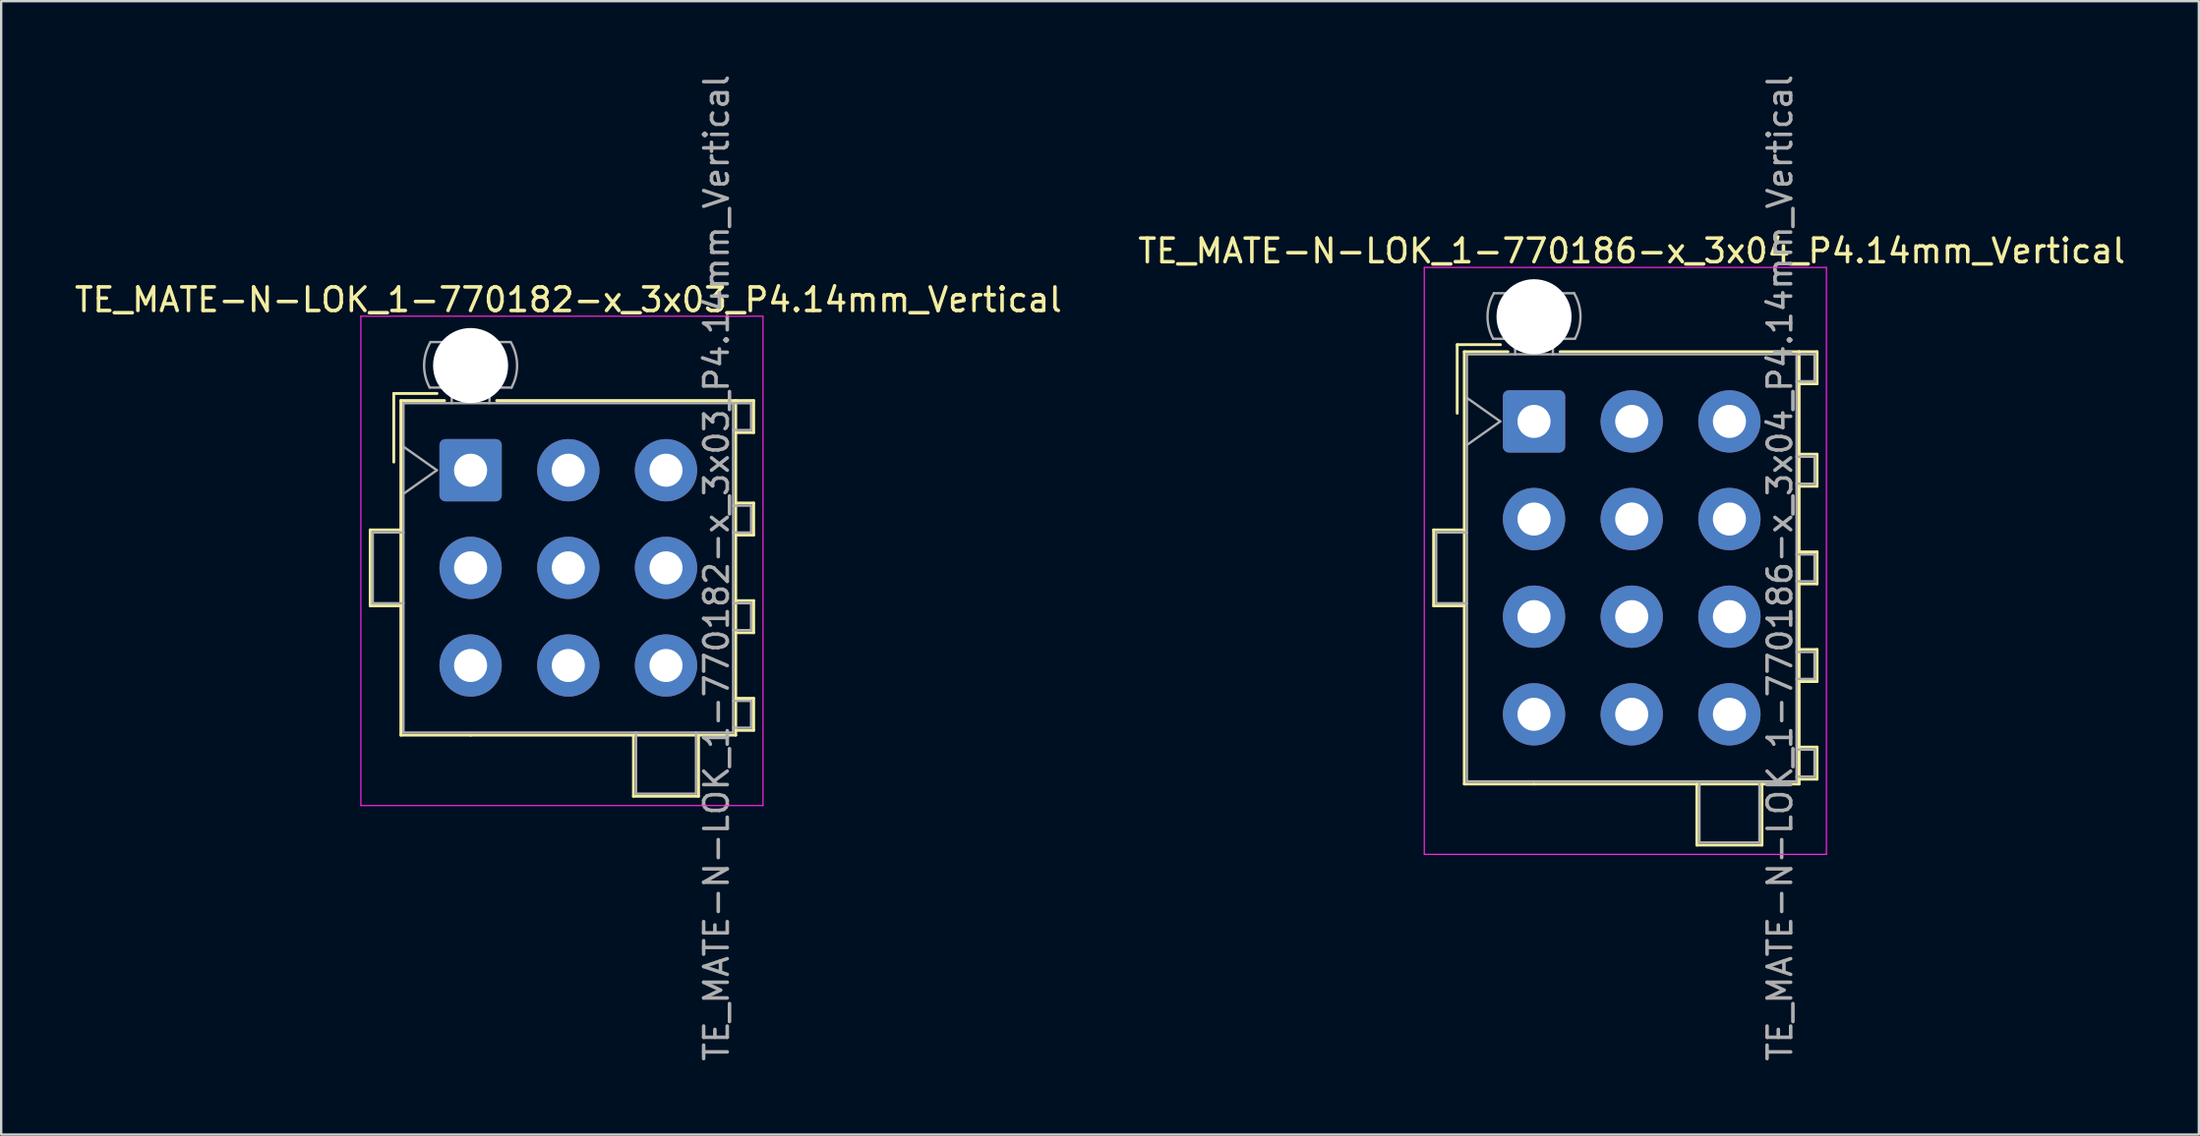
<source format=kicad_pcb>
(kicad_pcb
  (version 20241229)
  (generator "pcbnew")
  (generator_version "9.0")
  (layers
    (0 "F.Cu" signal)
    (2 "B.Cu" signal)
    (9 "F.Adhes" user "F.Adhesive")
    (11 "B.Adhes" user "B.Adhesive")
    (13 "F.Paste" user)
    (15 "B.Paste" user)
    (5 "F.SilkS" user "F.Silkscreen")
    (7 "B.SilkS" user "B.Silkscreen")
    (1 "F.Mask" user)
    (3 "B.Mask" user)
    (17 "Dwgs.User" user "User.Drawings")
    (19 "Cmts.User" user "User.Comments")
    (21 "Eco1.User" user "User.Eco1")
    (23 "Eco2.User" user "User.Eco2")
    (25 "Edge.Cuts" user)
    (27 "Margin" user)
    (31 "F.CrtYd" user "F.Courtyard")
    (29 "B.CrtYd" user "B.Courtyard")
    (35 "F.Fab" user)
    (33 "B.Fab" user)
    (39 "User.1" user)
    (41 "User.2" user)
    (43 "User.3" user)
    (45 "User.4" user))
  (footprint "TE_MATE-N-LOK_1-770182-x_3x03_P4.14mm_Vertical"
    (layer "F.Cu")
    (at 16.89 16.89)
    (property "Reference" "TE_MATE-N-LOK_1-770182-x_3x03_P4.14mm_Vertical" (at 4.14 -7.23 0) (layer "F.SilkS") (effects (font (size 1 1) (thickness 0.15))))
    (attr through_hole)
    (fp_line (start -4.255 2.53) (end -4.255 5.75) (stroke (width 0.12) (type solid)) (layer "F.SilkS"))
    (fp_line (start -4.255 5.75) (end -2.955 5.75) (stroke (width 0.12) (type solid)) (layer "F.SilkS"))
    (fp_line (start -3.255 -3.255) (end -3.255 -0.345) (stroke (width 0.12) (type solid)) (layer "F.SilkS"))
    (fp_line (start -2.955 -2.955) (end -2.955 11.235) (stroke (width 0.12) (type solid)) (layer "F.SilkS"))
    (fp_line (start -2.955 2.53) (end -4.255 2.53) (stroke (width 0.12) (type solid)) (layer "F.SilkS"))
    (fp_line (start -2.955 11.235) (end 0 11.235) (stroke (width 0.12) (type solid)) (layer "F.SilkS"))
    (fp_line (start -1.421 -3.255) (end -3.255 -3.255) (stroke (width 0.12) (type solid)) (layer "F.SilkS"))
    (fp_line (start -1.103 -2.955) (end -2.955 -2.955) (stroke (width 0.12) (type solid)) (layer "F.SilkS"))
    (fp_line (start 1.103 -2.955) (end 11.235 -2.955) (stroke (width 0.12) (type solid)) (layer "F.SilkS"))
    (fp_line (start 6.9 11.235) (end 6.9 13.826) (stroke (width 0.12) (type solid)) (layer "F.SilkS"))
    (fp_line (start 6.9 13.826) (end 9.66 13.826) (stroke (width 0.12) (type solid)) (layer "F.SilkS"))
    (fp_line (start 9.66 13.826) (end 9.66 11.235) (stroke (width 0.12) (type solid)) (layer "F.SilkS"))
    (fp_line (start 11.235 -2.955) (end 11.235 11.235) (stroke (width 0.12) (type solid)) (layer "F.SilkS"))
    (fp_line (start 11.235 -2.955) (end 11.995 -2.955) (stroke (width 0.12) (type solid)) (layer "F.SilkS"))
    (fp_line (start 11.235 1.39) (end 11.995 1.39) (stroke (width 0.12) (type solid)) (layer "F.SilkS"))
    (fp_line (start 11.235 5.53) (end 11.995 5.53) (stroke (width 0.12) (type solid)) (layer "F.SilkS"))
    (fp_line (start 11.235 9.67) (end 11.995 9.67) (stroke (width 0.12) (type solid)) (layer "F.SilkS"))
    (fp_line (start 11.235 11.235) (end 0 11.235) (stroke (width 0.12) (type solid)) (layer "F.SilkS"))
    (fp_line (start 11.995 -2.955) (end 11.995 -1.595) (stroke (width 0.12) (type solid)) (layer "F.SilkS"))
    (fp_line (start 11.995 -1.595) (end 11.235 -1.595) (stroke (width 0.12) (type solid)) (layer "F.SilkS"))
    (fp_line (start 11.995 1.39) (end 11.995 2.75) (stroke (width 0.12) (type solid)) (layer "F.SilkS"))
    (fp_line (start 11.995 2.75) (end 11.235 2.75) (stroke (width 0.12) (type solid)) (layer "F.SilkS"))
    (fp_line (start 11.995 5.53) (end 11.995 6.89) (stroke (width 0.12) (type solid)) (layer "F.SilkS"))
    (fp_line (start 11.995 6.89) (end 11.235 6.89) (stroke (width 0.12) (type solid)) (layer "F.SilkS"))
    (fp_line (start 11.995 9.67) (end 11.995 11.03) (stroke (width 0.12) (type solid)) (layer "F.SilkS"))
    (fp_line (start 11.995 11.03) (end 11.235 11.03) (stroke (width 0.12) (type solid)) (layer "F.SilkS"))
    (fp_line (start -4.65 -6.53) (end -4.65 14.22) (stroke (width 0.05) (type solid)) (layer "F.CrtYd"))
    (fp_line (start -4.65 14.22) (end 12.39 14.22) (stroke (width 0.05) (type solid)) (layer "F.CrtYd"))
    (fp_line (start 12.39 -6.53) (end -4.65 -6.53) (stroke (width 0.05) (type solid)) (layer "F.CrtYd"))
    (fp_line (start 12.39 14.22) (end 12.39 -6.53) (stroke (width 0.05) (type solid)) (layer "F.CrtYd"))
    (fp_line (start -4.145 2.64) (end -4.145 5.64) (stroke (width 0.1) (type solid)) (layer "F.Fab"))
    (fp_line (start -4.145 5.64) (end -2.845 5.64) (stroke (width 0.1) (type solid)) (layer "F.Fab"))
    (fp_line (start -2.845 -2.845) (end -2.845 11.125) (stroke (width 0.1) (type solid)) (layer "F.Fab"))
    (fp_line (start -2.845 -1) (end -1.431 0) (stroke (width 0.1) (type solid)) (layer "F.Fab"))
    (fp_line (start -2.845 2.64) (end -4.145 2.64) (stroke (width 0.1) (type solid)) (layer "F.Fab"))
    (fp_line (start -2.845 11.125) (end 11.125 11.125) (stroke (width 0.1) (type solid)) (layer "F.Fab"))
    (fp_line (start -1.431 0) (end -2.845 1) (stroke (width 0.1) (type solid)) (layer "F.Fab"))
    (fp_line (start -0.8 -2.845) (end -0.8 -3.505) (stroke (width 0.1) (type solid)) (layer "F.Fab"))
    (fp_line (start 0.8 -2.845) (end 0.8 -3.505) (stroke (width 0.1) (type solid)) (layer "F.Fab"))
    (fp_line (start 1.7 -5.436) (end -1.7 -5.436) (stroke (width 0.1) (type solid)) (layer "F.Fab"))
    (fp_line (start 1.734 -3.505) (end -1.734 -3.505) (stroke (width 0.1) (type solid)) (layer "F.Fab"))
    (fp_line (start 7.01 11.125) (end 7.01 13.716) (stroke (width 0.1) (type solid)) (layer "F.Fab"))
    (fp_line (start 7.01 13.716) (end 9.55 13.716) (stroke (width 0.1) (type solid)) (layer "F.Fab"))
    (fp_line (start 9.55 13.716) (end 9.55 11.125) (stroke (width 0.1) (type solid)) (layer "F.Fab"))
    (fp_line (start 11.125 -2.845) (end -2.845 -2.845) (stroke (width 0.1) (type solid)) (layer "F.Fab"))
    (fp_line (start 11.125 -2.845) (end 11.885 -2.845) (stroke (width 0.1) (type solid)) (layer "F.Fab"))
    (fp_line (start 11.125 1.5) (end 11.885 1.5) (stroke (width 0.1) (type solid)) (layer "F.Fab"))
    (fp_line (start 11.125 5.64) (end 11.885 5.64) (stroke (width 0.1) (type solid)) (layer "F.Fab"))
    (fp_line (start 11.125 9.78) (end 11.885 9.78) (stroke (width 0.1) (type solid)) (layer "F.Fab"))
    (fp_line (start 11.125 11.125) (end 11.125 -2.845) (stroke (width 0.1) (type solid)) (layer "F.Fab"))
    (fp_line (start 11.885 -2.845) (end 11.885 -1.705) (stroke (width 0.1) (type solid)) (layer "F.Fab"))
    (fp_line (start 11.885 -1.705) (end 11.125 -1.705) (stroke (width 0.1) (type solid)) (layer "F.Fab"))
    (fp_line (start 11.885 1.5) (end 11.885 2.64) (stroke (width 0.1) (type solid)) (layer "F.Fab"))
    (fp_line (start 11.885 2.64) (end 11.125 2.64) (stroke (width 0.1) (type solid)) (layer "F.Fab"))
    (fp_line (start 11.885 5.64) (end 11.885 6.78) (stroke (width 0.1) (type solid)) (layer "F.Fab"))
    (fp_line (start 11.885 6.78) (end 11.125 6.78) (stroke (width 0.1) (type solid)) (layer "F.Fab"))
    (fp_line (start 11.885 9.78) (end 11.885 10.92) (stroke (width 0.1) (type solid)) (layer "F.Fab"))
    (fp_line (start 11.885 10.92) (end 11.125 10.92) (stroke (width 0.1) (type solid)) (layer "F.Fab"))
    (fp_arc (start -1.733977 -3.505) (mid -1.969689 -4.474992) (end -1.699672 -5.436) (stroke (width 0.1) (type solid)) (layer "F.Fab"))
    (fp_arc (start 1.699672 -5.436) (mid 1.969689 -4.474992) (end 1.733977 -3.505) (stroke (width 0.1) (type solid)) (layer "F.Fab"))
    (fp_text user "${REFERENCE}" (at 10.42 4.14 90) (layer "F.Fab") (effects (font (size 1 1) (thickness 0.15))))
    (pad "" np_thru_hole circle (at 0 -4.44) (size 3.18 3.18) (drill 3.18) (layers "*.Cu" "*.Mask"))
    (pad "1" thru_hole roundrect (at 0 0) (size 2.64 2.64) (drill 1.4) (layers "*.Cu" "*.Mask") (roundrect_rratio 0.095))
    (pad "2" thru_hole circle (at 0 4.14) (size 2.64 2.64) (drill 1.4) (layers "*.Cu" "*.Mask"))
    (pad "3" thru_hole circle (at 0 8.28) (size 2.64 2.64) (drill 1.4) (layers "*.Cu" "*.Mask"))
    (pad "4" thru_hole circle (at 4.14 0) (size 2.64 2.64) (drill 1.4) (layers "*.Cu" "*.Mask"))
    (pad "5" thru_hole circle (at 4.14 4.14) (size 2.64 2.64) (drill 1.4) (layers "*.Cu" "*.Mask"))
    (pad "6" thru_hole circle (at 4.14 8.28) (size 2.64 2.64) (drill 1.4) (layers "*.Cu" "*.Mask"))
    (pad "7" thru_hole circle (at 8.28 0) (size 2.64 2.64) (drill 1.4) (layers "*.Cu" "*.Mask"))
    (pad "8" thru_hole circle (at 8.28 4.14) (size 2.64 2.64) (drill 1.4) (layers "*.Cu" "*.Mask"))
    (pad "9" thru_hole circle (at 8.28 8.28) (size 2.64 2.64) (drill 1.4) (layers "*.Cu" "*.Mask")))
  (footprint "TE_MATE-N-LOK_1-770186-x_3x04_P4.14mm_Vertical"
    (layer "F.Cu")
    (at 61.949 14.82)
    (property "Reference" "TE_MATE-N-LOK_1-770186-x_3x04_P4.14mm_Vertical" (at 4.14 -7.23 0) (layer "F.SilkS") (effects (font (size 1 1) (thickness 0.15))))
    (attr through_hole)
    (fp_line (start -4.255 4.6) (end -4.255 7.82) (stroke (width 0.12) (type solid)) (layer "F.SilkS"))
    (fp_line (start -4.255 7.82) (end -2.955 7.82) (stroke (width 0.12) (type solid)) (layer "F.SilkS"))
    (fp_line (start -3.255 -3.255) (end -3.255 -0.345) (stroke (width 0.12) (type solid)) (layer "F.SilkS"))
    (fp_line (start -2.955 -2.955) (end -2.955 15.375) (stroke (width 0.12) (type solid)) (layer "F.SilkS"))
    (fp_line (start -2.955 4.6) (end -4.255 4.6) (stroke (width 0.12) (type solid)) (layer "F.SilkS"))
    (fp_line (start -2.955 15.375) (end 0 15.375) (stroke (width 0.12) (type solid)) (layer "F.SilkS"))
    (fp_line (start -1.421 -3.255) (end -3.255 -3.255) (stroke (width 0.12) (type solid)) (layer "F.SilkS"))
    (fp_line (start -1.103 -2.955) (end -2.955 -2.955) (stroke (width 0.12) (type solid)) (layer "F.SilkS"))
    (fp_line (start 1.103 -2.955) (end 11.235 -2.955) (stroke (width 0.12) (type solid)) (layer "F.SilkS"))
    (fp_line (start 6.9 15.375) (end 6.9 17.966) (stroke (width 0.12) (type solid)) (layer "F.SilkS"))
    (fp_line (start 6.9 17.966) (end 9.66 17.966) (stroke (width 0.12) (type solid)) (layer "F.SilkS"))
    (fp_line (start 9.66 17.966) (end 9.66 15.375) (stroke (width 0.12) (type solid)) (layer "F.SilkS"))
    (fp_line (start 11.235 -2.955) (end 11.235 15.375) (stroke (width 0.12) (type solid)) (layer "F.SilkS"))
    (fp_line (start 11.235 -2.955) (end 11.995 -2.955) (stroke (width 0.12) (type solid)) (layer "F.SilkS"))
    (fp_line (start 11.235 1.39) (end 11.995 1.39) (stroke (width 0.12) (type solid)) (layer "F.SilkS"))
    (fp_line (start 11.235 5.53) (end 11.995 5.53) (stroke (width 0.12) (type solid)) (layer "F.SilkS"))
    (fp_line (start 11.235 9.67) (end 11.995 9.67) (stroke (width 0.12) (type solid)) (layer "F.SilkS"))
    (fp_line (start 11.235 13.81) (end 11.995 13.81) (stroke (width 0.12) (type solid)) (layer "F.SilkS"))
    (fp_line (start 11.235 15.375) (end 0 15.375) (stroke (width 0.12) (type solid)) (layer "F.SilkS"))
    (fp_line (start 11.995 -2.955) (end 11.995 -1.595) (stroke (width 0.12) (type solid)) (layer "F.SilkS"))
    (fp_line (start 11.995 -1.595) (end 11.235 -1.595) (stroke (width 0.12) (type solid)) (layer "F.SilkS"))
    (fp_line (start 11.995 1.39) (end 11.995 2.75) (stroke (width 0.12) (type solid)) (layer "F.SilkS"))
    (fp_line (start 11.995 2.75) (end 11.235 2.75) (stroke (width 0.12) (type solid)) (layer "F.SilkS"))
    (fp_line (start 11.995 5.53) (end 11.995 6.89) (stroke (width 0.12) (type solid)) (layer "F.SilkS"))
    (fp_line (start 11.995 6.89) (end 11.235 6.89) (stroke (width 0.12) (type solid)) (layer "F.SilkS"))
    (fp_line (start 11.995 9.67) (end 11.995 11.03) (stroke (width 0.12) (type solid)) (layer "F.SilkS"))
    (fp_line (start 11.995 11.03) (end 11.235 11.03) (stroke (width 0.12) (type solid)) (layer "F.SilkS"))
    (fp_line (start 11.995 13.81) (end 11.995 15.17) (stroke (width 0.12) (type solid)) (layer "F.SilkS"))
    (fp_line (start 11.995 15.17) (end 11.235 15.17) (stroke (width 0.12) (type solid)) (layer "F.SilkS"))
    (fp_line (start -4.65 -6.53) (end -4.65 18.36) (stroke (width 0.05) (type solid)) (layer "F.CrtYd"))
    (fp_line (start -4.65 18.36) (end 12.39 18.36) (stroke (width 0.05) (type solid)) (layer "F.CrtYd"))
    (fp_line (start 12.39 -6.53) (end -4.65 -6.53) (stroke (width 0.05) (type solid)) (layer "F.CrtYd"))
    (fp_line (start 12.39 18.36) (end 12.39 -6.53) (stroke (width 0.05) (type solid)) (layer "F.CrtYd"))
    (fp_line (start -4.145 4.71) (end -4.145 7.71) (stroke (width 0.1) (type solid)) (layer "F.Fab"))
    (fp_line (start -4.145 7.71) (end -2.845 7.71) (stroke (width 0.1) (type solid)) (layer "F.Fab"))
    (fp_line (start -2.845 -2.845) (end -2.845 15.265) (stroke (width 0.1) (type solid)) (layer "F.Fab"))
    (fp_line (start -2.845 -1) (end -1.431 0) (stroke (width 0.1) (type solid)) (layer "F.Fab"))
    (fp_line (start -2.845 4.71) (end -4.145 4.71) (stroke (width 0.1) (type solid)) (layer "F.Fab"))
    (fp_line (start -2.845 15.265) (end 11.125 15.265) (stroke (width 0.1) (type solid)) (layer "F.Fab"))
    (fp_line (start -1.431 0) (end -2.845 1) (stroke (width 0.1) (type solid)) (layer "F.Fab"))
    (fp_line (start -0.8 -2.845) (end -0.8 -3.505) (stroke (width 0.1) (type solid)) (layer "F.Fab"))
    (fp_line (start 0.8 -2.845) (end 0.8 -3.505) (stroke (width 0.1) (type solid)) (layer "F.Fab"))
    (fp_line (start 1.7 -5.436) (end -1.7 -5.436) (stroke (width 0.1) (type solid)) (layer "F.Fab"))
    (fp_line (start 1.734 -3.505) (end -1.734 -3.505) (stroke (width 0.1) (type solid)) (layer "F.Fab"))
    (fp_line (start 7.01 15.265) (end 7.01 17.856) (stroke (width 0.1) (type solid)) (layer "F.Fab"))
    (fp_line (start 7.01 17.856) (end 9.55 17.856) (stroke (width 0.1) (type solid)) (layer "F.Fab"))
    (fp_line (start 9.55 17.856) (end 9.55 15.265) (stroke (width 0.1) (type solid)) (layer "F.Fab"))
    (fp_line (start 11.125 -2.845) (end -2.845 -2.845) (stroke (width 0.1) (type solid)) (layer "F.Fab"))
    (fp_line (start 11.125 -2.845) (end 11.885 -2.845) (stroke (width 0.1) (type solid)) (layer "F.Fab"))
    (fp_line (start 11.125 1.5) (end 11.885 1.5) (stroke (width 0.1) (type solid)) (layer "F.Fab"))
    (fp_line (start 11.125 5.64) (end 11.885 5.64) (stroke (width 0.1) (type solid)) (layer "F.Fab"))
    (fp_line (start 11.125 9.78) (end 11.885 9.78) (stroke (width 0.1) (type solid)) (layer "F.Fab"))
    (fp_line (start 11.125 13.92) (end 11.885 13.92) (stroke (width 0.1) (type solid)) (layer "F.Fab"))
    (fp_line (start 11.125 15.265) (end 11.125 -2.845) (stroke (width 0.1) (type solid)) (layer "F.Fab"))
    (fp_line (start 11.885 -2.845) (end 11.885 -1.705) (stroke (width 0.1) (type solid)) (layer "F.Fab"))
    (fp_line (start 11.885 -1.705) (end 11.125 -1.705) (stroke (width 0.1) (type solid)) (layer "F.Fab"))
    (fp_line (start 11.885 1.5) (end 11.885 2.64) (stroke (width 0.1) (type solid)) (layer "F.Fab"))
    (fp_line (start 11.885 2.64) (end 11.125 2.64) (stroke (width 0.1) (type solid)) (layer "F.Fab"))
    (fp_line (start 11.885 5.64) (end 11.885 6.78) (stroke (width 0.1) (type solid)) (layer "F.Fab"))
    (fp_line (start 11.885 6.78) (end 11.125 6.78) (stroke (width 0.1) (type solid)) (layer "F.Fab"))
    (fp_line (start 11.885 9.78) (end 11.885 10.92) (stroke (width 0.1) (type solid)) (layer "F.Fab"))
    (fp_line (start 11.885 10.92) (end 11.125 10.92) (stroke (width 0.1) (type solid)) (layer "F.Fab"))
    (fp_line (start 11.885 13.92) (end 11.885 15.06) (stroke (width 0.1) (type solid)) (layer "F.Fab"))
    (fp_line (start 11.885 15.06) (end 11.125 15.06) (stroke (width 0.1) (type solid)) (layer "F.Fab"))
    (fp_arc (start -1.733977 -3.505) (mid -1.969689 -4.474992) (end -1.699672 -5.436) (stroke (width 0.1) (type solid)) (layer "F.Fab"))
    (fp_arc (start 1.699672 -5.436) (mid 1.969689 -4.474992) (end 1.733977 -3.505) (stroke (width 0.1) (type solid)) (layer "F.Fab"))
    (fp_text user "${REFERENCE}" (at 10.42 6.21 90) (layer "F.Fab") (effects (font (size 1 1) (thickness 0.15))))
    (pad "" np_thru_hole circle (at 0 -4.44) (size 3.18 3.18) (drill 3.18) (layers "*.Cu" "*.Mask"))
    (pad "1" thru_hole roundrect (at 0 0) (size 2.64 2.64) (drill 1.4) (layers "*.Cu" "*.Mask") (roundrect_rratio 0.095))
    (pad "2" thru_hole circle (at 0 4.14) (size 2.64 2.64) (drill 1.4) (layers "*.Cu" "*.Mask"))
    (pad "3" thru_hole circle (at 0 8.28) (size 2.64 2.64) (drill 1.4) (layers "*.Cu" "*.Mask"))
    (pad "4" thru_hole circle (at 0 12.42) (size 2.64 2.64) (drill 1.4) (layers "*.Cu" "*.Mask"))
    (pad "5" thru_hole circle (at 4.14 0) (size 2.64 2.64) (drill 1.4) (layers "*.Cu" "*.Mask"))
    (pad "6" thru_hole circle (at 4.14 4.14) (size 2.64 2.64) (drill 1.4) (layers "*.Cu" "*.Mask"))
    (pad "7" thru_hole circle (at 4.14 8.28) (size 2.64 2.64) (drill 1.4) (layers "*.Cu" "*.Mask"))
    (pad "8" thru_hole circle (at 4.14 12.42) (size 2.64 2.64) (drill 1.4) (layers "*.Cu" "*.Mask"))
    (pad "9" thru_hole circle (at 8.28 0) (size 2.64 2.64) (drill 1.4) (layers "*.Cu" "*.Mask"))
    (pad "10" thru_hole circle (at 8.28 4.14) (size 2.64 2.64) (drill 1.4) (layers "*.Cu" "*.Mask"))
    (pad "11" thru_hole circle (at 8.28 8.28) (size 2.64 2.64) (drill 1.4) (layers "*.Cu" "*.Mask"))
    (pad "12" thru_hole circle (at 8.28 12.42) (size 2.64 2.64) (drill 1.4) (layers "*.Cu" "*.Mask")))
  (gr_rect
    (start -3 -3)
    (end 90.119 45.06)
    (stroke (width 0.1) (type default))
    (fill no)
    (layer "Edge.Cuts")))
</source>
